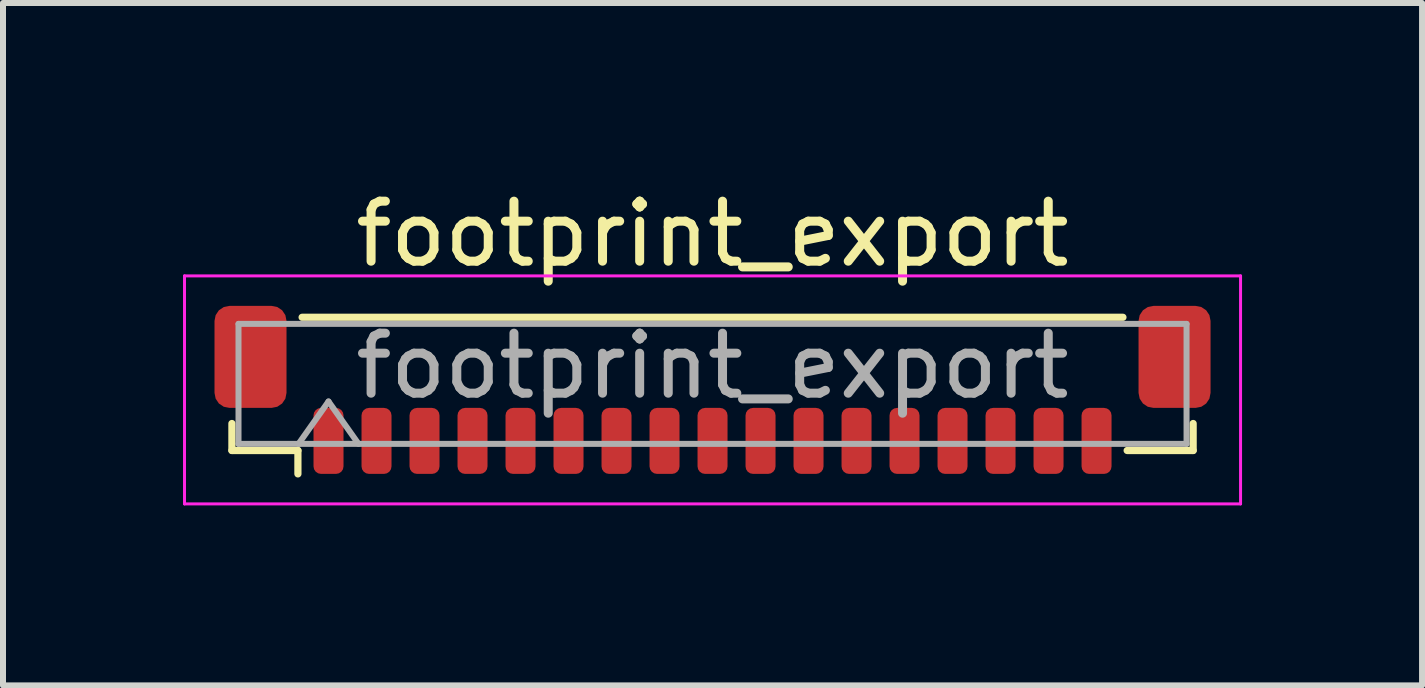
<source format=kicad_pcb>
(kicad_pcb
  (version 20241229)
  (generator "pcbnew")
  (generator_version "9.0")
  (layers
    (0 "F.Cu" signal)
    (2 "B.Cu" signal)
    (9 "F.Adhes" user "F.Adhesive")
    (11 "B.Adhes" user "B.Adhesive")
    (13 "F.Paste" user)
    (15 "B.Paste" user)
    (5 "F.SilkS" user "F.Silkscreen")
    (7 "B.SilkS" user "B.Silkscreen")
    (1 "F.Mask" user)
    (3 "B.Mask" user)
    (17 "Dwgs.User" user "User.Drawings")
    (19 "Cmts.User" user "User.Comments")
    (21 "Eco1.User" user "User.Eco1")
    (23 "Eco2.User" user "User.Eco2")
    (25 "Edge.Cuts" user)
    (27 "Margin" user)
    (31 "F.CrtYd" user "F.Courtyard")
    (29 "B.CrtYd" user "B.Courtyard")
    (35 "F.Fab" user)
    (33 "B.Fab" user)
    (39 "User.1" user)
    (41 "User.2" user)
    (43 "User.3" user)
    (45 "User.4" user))
  (footprint "footprint_export"
    (layer "F.Cu")
    (at 8.825 3.448)
    (property "Reference" "footprint_export" (at 0 -2.6 0) (layer "F.SilkS") (effects (font (size 1 1) (thickness 0.15))))
    (attr smd)
    (fp_line (start -8.01 0.56) (end -8.01 1.01) (stroke (width 0.12) (type solid)) (layer "F.SilkS"))
    (fp_line (start -8.01 1.01) (end -6.91 1.01) (stroke (width 0.12) (type solid)) (layer "F.SilkS"))
    (fp_line (start -6.91 1.01) (end -6.91 1.4) (stroke (width 0.12) (type solid)) (layer "F.SilkS"))
    (fp_line (start -6.84 -1.21) (end 6.84 -1.21) (stroke (width 0.12) (type solid)) (layer "F.SilkS"))
    (fp_line (start 8.01 0.56) (end 8.01 1.01) (stroke (width 0.12) (type solid)) (layer "F.SilkS"))
    (fp_line (start 8.01 1.01) (end 6.91 1.01) (stroke (width 0.12) (type solid)) (layer "F.SilkS"))
    (fp_line (start -8.8 -1.9) (end -8.8 1.9) (stroke (width 0.05) (type solid)) (layer "F.CrtYd"))
    (fp_line (start -8.8 1.9) (end 8.8 1.9) (stroke (width 0.05) (type solid)) (layer "F.CrtYd"))
    (fp_line (start 8.8 -1.9) (end -8.8 -1.9) (stroke (width 0.05) (type solid)) (layer "F.CrtYd"))
    (fp_line (start 8.8 1.9) (end 8.8 -1.9) (stroke (width 0.05) (type solid)) (layer "F.CrtYd"))
    (fp_line (start -7.9 -1.1) (end 7.9 -1.1) (stroke (width 0.1) (type solid)) (layer "F.Fab"))
    (fp_line (start -7.9 0.9) (end -7.9 -1.1) (stroke (width 0.1) (type solid)) (layer "F.Fab"))
    (fp_line (start -7.9 0.9) (end 7.9 0.9) (stroke (width 0.1) (type solid)) (layer "F.Fab"))
    (fp_line (start -6.9 0.9) (end -6.4 0.193) (stroke (width 0.1) (type solid)) (layer "F.Fab"))
    (fp_line (start -6.4 0.193) (end -5.9 0.9) (stroke (width 0.1) (type solid)) (layer "F.Fab"))
    (fp_line (start 7.9 0.9) (end 7.9 -1.1) (stroke (width 0.1) (type solid)) (layer "F.Fab"))
    (fp_text user "${REFERENCE}" (at 0 -0.4 0) (layer "F.Fab") (effects (font (size 1 1) (thickness 0.15))))
    (pad "1" smd roundrect (at -6.4 0.85) (size 0.5 1.1) (layers "F.Cu" "F.Mask" "F.Paste") (roundrect_rratio 0.25))
    (pad "2" smd roundrect (at -5.6 0.85) (size 0.5 1.1) (layers "F.Cu" "F.Mask" "F.Paste") (roundrect_rratio 0.25))
    (pad "3" smd roundrect (at -4.8 0.85) (size 0.5 1.1) (layers "F.Cu" "F.Mask" "F.Paste") (roundrect_rratio 0.25))
    (pad "4" smd roundrect (at -4 0.85) (size 0.5 1.1) (layers "F.Cu" "F.Mask" "F.Paste") (roundrect_rratio 0.25))
    (pad "5" smd roundrect (at -3.2 0.85) (size 0.5 1.1) (layers "F.Cu" "F.Mask" "F.Paste") (roundrect_rratio 0.25))
    (pad "6" smd roundrect (at -2.4 0.85) (size 0.5 1.1) (layers "F.Cu" "F.Mask" "F.Paste") (roundrect_rratio 0.25))
    (pad "7" smd roundrect (at -1.6 0.85) (size 0.5 1.1) (layers "F.Cu" "F.Mask" "F.Paste") (roundrect_rratio 0.25))
    (pad "8" smd roundrect (at -0.8 0.85) (size 0.5 1.1) (layers "F.Cu" "F.Mask" "F.Paste") (roundrect_rratio 0.25))
    (pad "9" smd roundrect (at 0 0.85) (size 0.5 1.1) (layers "F.Cu" "F.Mask" "F.Paste") (roundrect_rratio 0.25))
    (pad "10" smd roundrect (at 0.8 0.85) (size 0.5 1.1) (layers "F.Cu" "F.Mask" "F.Paste") (roundrect_rratio 0.25))
    (pad "11" smd roundrect (at 1.6 0.85) (size 0.5 1.1) (layers "F.Cu" "F.Mask" "F.Paste") (roundrect_rratio 0.25))
    (pad "12" smd roundrect (at 2.4 0.85) (size 0.5 1.1) (layers "F.Cu" "F.Mask" "F.Paste") (roundrect_rratio 0.25))
    (pad "13" smd roundrect (at 3.2 0.85) (size 0.5 1.1) (layers "F.Cu" "F.Mask" "F.Paste") (roundrect_rratio 0.25))
    (pad "14" smd roundrect (at 4 0.85) (size 0.5 1.1) (layers "F.Cu" "F.Mask" "F.Paste") (roundrect_rratio 0.25))
    (pad "15" smd roundrect (at 4.8 0.85) (size 0.5 1.1) (layers "F.Cu" "F.Mask" "F.Paste") (roundrect_rratio 0.25))
    (pad "16" smd roundrect (at 5.6 0.85) (size 0.5 1.1) (layers "F.Cu" "F.Mask" "F.Paste") (roundrect_rratio 0.25))
    (pad "17" smd roundrect (at 6.4 0.85) (size 0.5 1.1) (layers "F.Cu" "F.Mask" "F.Paste") (roundrect_rratio 0.25))
    (pad "MP" smd roundrect (at -7.7 -0.55) (size 1.2 1.7) (layers "F.Cu" "F.Mask" "F.Paste") (roundrect_rratio 0.208))
    (pad "MP" smd roundrect (at 7.7 -0.55) (size 1.2 1.7) (layers "F.Cu" "F.Mask" "F.Paste") (roundrect_rratio 0.208)))
  (gr_rect
    (start -3 -3)
    (end 20.65 8.373)
    (stroke (width 0.1) (type default))
    (fill no)
    (layer "Edge.Cuts")))
</source>
